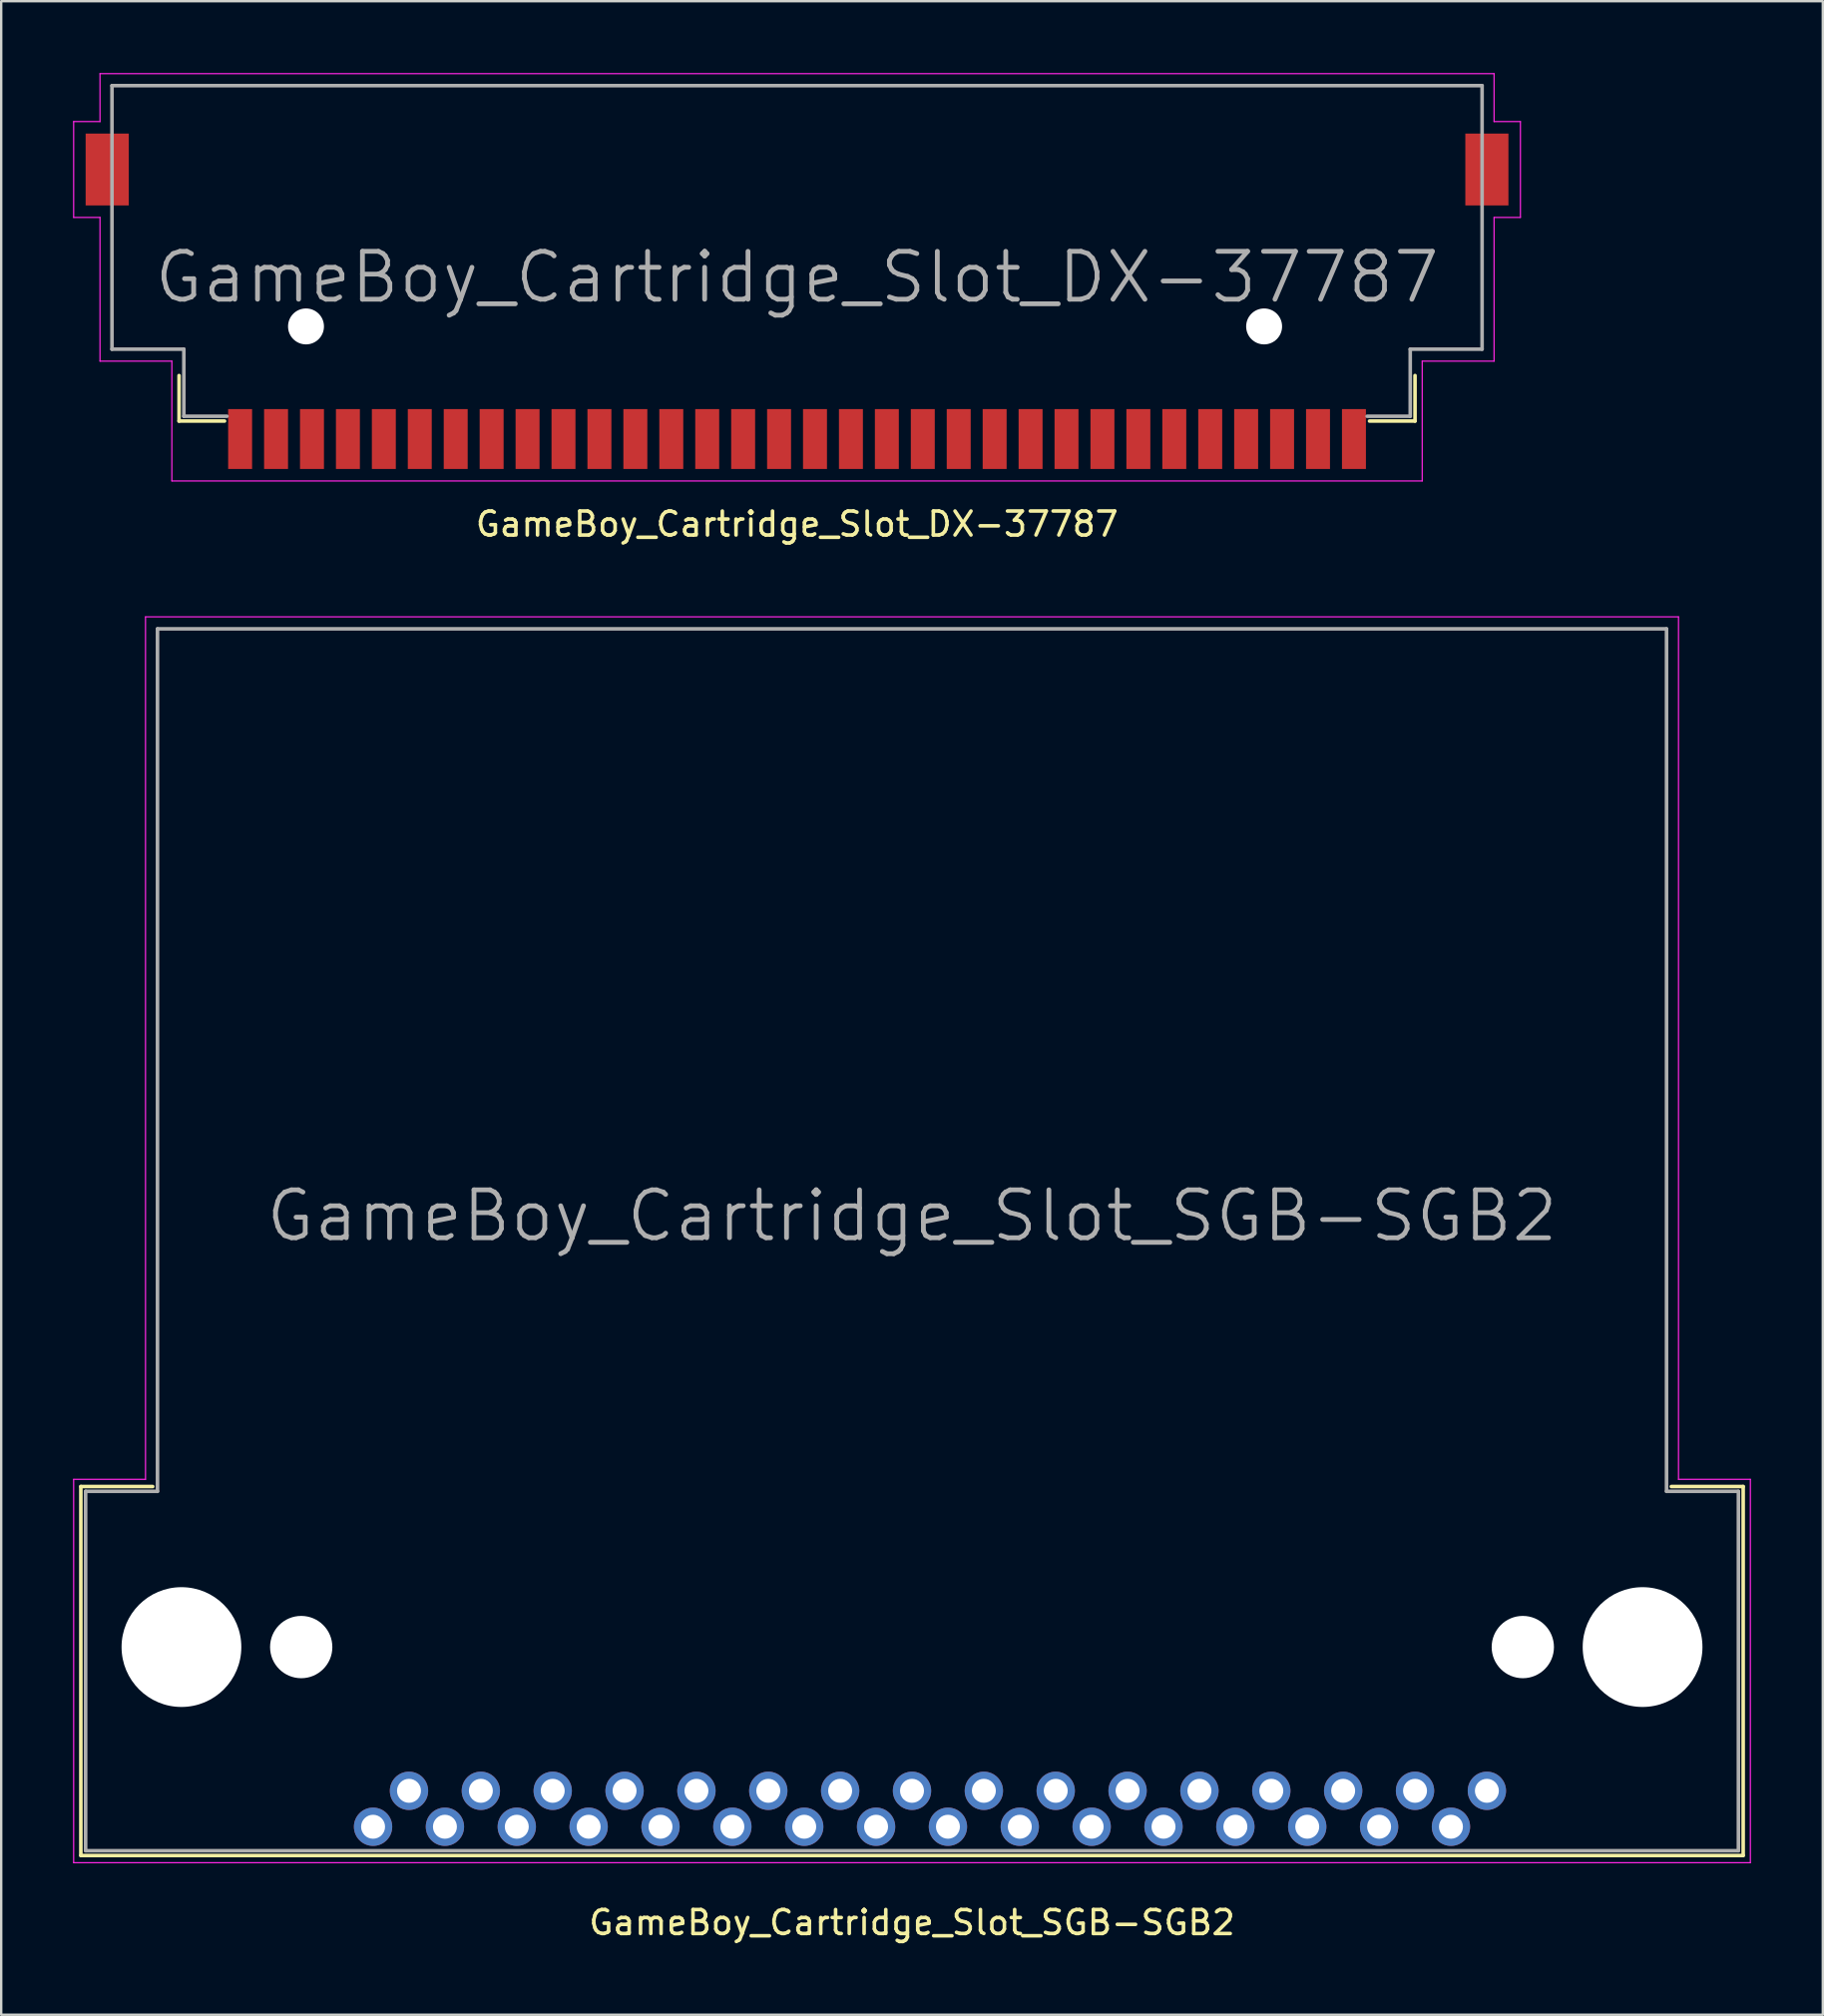
<source format=kicad_pcb>
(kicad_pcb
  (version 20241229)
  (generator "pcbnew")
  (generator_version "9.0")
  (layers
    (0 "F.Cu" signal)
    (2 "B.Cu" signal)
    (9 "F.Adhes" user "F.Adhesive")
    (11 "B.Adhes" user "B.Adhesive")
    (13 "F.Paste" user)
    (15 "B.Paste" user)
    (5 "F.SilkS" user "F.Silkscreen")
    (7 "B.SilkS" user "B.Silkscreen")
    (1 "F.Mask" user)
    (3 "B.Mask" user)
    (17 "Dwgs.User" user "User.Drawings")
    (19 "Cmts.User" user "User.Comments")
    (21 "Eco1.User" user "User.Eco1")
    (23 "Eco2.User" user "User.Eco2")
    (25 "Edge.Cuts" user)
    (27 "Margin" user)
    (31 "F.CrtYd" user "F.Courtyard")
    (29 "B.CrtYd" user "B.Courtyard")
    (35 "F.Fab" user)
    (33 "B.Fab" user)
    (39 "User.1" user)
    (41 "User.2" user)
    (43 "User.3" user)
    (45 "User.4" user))
  (footprint "GameBoy_Cartridge_Slot_SGB-SGB2"
    (layer "F.Cu")
    (at 12.525 73.198)
    (property "Reference" "GameBoy_Cartridge_Slot_SGB-SGB2" (at 22.5 4 0) (layer "F.SilkS") (effects (font (size 1 1) (thickness 0.15))))
    (attr through_hole)
    (fp_line (start -12.2 -14.2) (end -9.2 -14.2) (stroke (width 0.15) (type solid)) (layer "F.SilkS"))
    (fp_line (start -12.2 1.2) (end -12.2 -14.2) (stroke (width 0.15) (type solid)) (layer "F.SilkS"))
    (fp_line (start 54.2 -14.2) (end 57.2 -14.2) (stroke (width 0.15) (type solid)) (layer "F.SilkS"))
    (fp_line (start 57.2 -14.2) (end 57.2 1.2) (stroke (width 0.15) (type solid)) (layer "F.SilkS"))
    (fp_line (start 57.2 1.2) (end -12.2 1.2) (stroke (width 0.15) (type solid)) (layer "F.SilkS"))
    (fp_line (start -12.5 -14.5) (end -9.5 -14.5) (stroke (width 0.05) (type solid)) (layer "F.CrtYd"))
    (fp_line (start -12.5 1.5) (end -12.5 -14.5) (stroke (width 0.05) (type solid)) (layer "F.CrtYd"))
    (fp_line (start -9.5 -50.5) (end 54.5 -50.5) (stroke (width 0.05) (type solid)) (layer "F.CrtYd"))
    (fp_line (start -9.5 -14.5) (end -9.5 -50.5) (stroke (width 0.05) (type solid)) (layer "F.CrtYd"))
    (fp_line (start 54.5 -50.5) (end 54.5 -14.5) (stroke (width 0.05) (type solid)) (layer "F.CrtYd"))
    (fp_line (start 54.5 -14.5) (end 57.5 -14.5) (stroke (width 0.05) (type solid)) (layer "F.CrtYd"))
    (fp_line (start 57.5 -14.5) (end 57.5 1.5) (stroke (width 0.05) (type solid)) (layer "F.CrtYd"))
    (fp_line (start 57.5 1.5) (end -12.5 1.5) (stroke (width 0.05) (type solid)) (layer "F.CrtYd"))
    (fp_line (start -12 -14) (end -9 -14) (stroke (width 0.15) (type solid)) (layer "F.Fab"))
    (fp_line (start -12 1) (end -12 -14) (stroke (width 0.15) (type solid)) (layer "F.Fab"))
    (fp_line (start -12 1) (end 57 1) (stroke (width 0.15) (type solid)) (layer "F.Fab"))
    (fp_line (start -9 -50) (end 54 -50) (stroke (width 0.15) (type solid)) (layer "F.Fab"))
    (fp_line (start -9 -14) (end -9 -50) (stroke (width 0.15) (type solid)) (layer "F.Fab"))
    (fp_line (start 54 -14) (end 54 -50) (stroke (width 0.15) (type solid)) (layer "F.Fab"))
    (fp_line (start 54 -14) (end 57 -14) (stroke (width 0.15) (type solid)) (layer "F.Fab"))
    (fp_line (start 57 1) (end 57 -14) (stroke (width 0.15) (type solid)) (layer "F.Fab"))
    (fp_text user "${REFERENCE}" (at 22.5 -25.5 0) (layer "F.Fab") (effects (font (size 2 2) (thickness 0.2))))
    (pad "" np_thru_hole circle (at -8 -7.5) (size 5 5) (drill 5) (layers "*.Cu" "*.Mask"))
    (pad "" np_thru_hole circle (at -3 -7.5) (size 2.6 2.6) (drill 2.6) (layers "*.Cu" "*.Mask"))
    (pad "" np_thru_hole circle (at 48 -7.5) (size 2.6 2.6) (drill 2.6) (layers "*.Cu" "*.Mask"))
    (pad "" np_thru_hole circle (at 53 -7.5) (size 5 5) (drill 5) (layers "*.Cu" "*.Mask"))
    (pad "1" thru_hole circle (at 0 0) (size 1.6 1.6) (drill 1) (layers "*.Cu" "*.Mask"))
    (pad "2" thru_hole circle (at 1.5 -1.5) (size 1.6 1.6) (drill 1) (layers "*.Cu" "*.Mask"))
    (pad "3" thru_hole circle (at 3 0) (size 1.6 1.6) (drill 1) (layers "*.Cu" "*.Mask"))
    (pad "4" thru_hole circle (at 4.5 -1.5) (size 1.6 1.6) (drill 1) (layers "*.Cu" "*.Mask"))
    (pad "5" thru_hole circle (at 6 0) (size 1.6 1.6) (drill 1) (layers "*.Cu" "*.Mask"))
    (pad "6" thru_hole circle (at 7.5 -1.5) (size 1.6 1.6) (drill 1) (layers "*.Cu" "*.Mask"))
    (pad "7" thru_hole circle (at 9 0) (size 1.6 1.6) (drill 1) (layers "*.Cu" "*.Mask"))
    (pad "8" thru_hole circle (at 10.5 -1.5) (size 1.6 1.6) (drill 1) (layers "*.Cu" "*.Mask"))
    (pad "9" thru_hole circle (at 12 0) (size 1.6 1.6) (drill 1) (layers "*.Cu" "*.Mask"))
    (pad "10" thru_hole circle (at 13.5 -1.5) (size 1.6 1.6) (drill 1) (layers "*.Cu" "*.Mask"))
    (pad "11" thru_hole circle (at 15 0) (size 1.6 1.6) (drill 1) (layers "*.Cu" "*.Mask"))
    (pad "12" thru_hole circle (at 16.5 -1.5) (size 1.6 1.6) (drill 1) (layers "*.Cu" "*.Mask"))
    (pad "13" thru_hole circle (at 18 0) (size 1.6 1.6) (drill 1) (layers "*.Cu" "*.Mask"))
    (pad "14" thru_hole circle (at 19.5 -1.5) (size 1.6 1.6) (drill 1) (layers "*.Cu" "*.Mask"))
    (pad "15" thru_hole circle (at 21 0) (size 1.6 1.6) (drill 1) (layers "*.Cu" "*.Mask"))
    (pad "16" thru_hole circle (at 22.5 -1.5) (size 1.6 1.6) (drill 1) (layers "*.Cu" "*.Mask"))
    (pad "17" thru_hole circle (at 24 0) (size 1.6 1.6) (drill 1) (layers "*.Cu" "*.Mask"))
    (pad "18" thru_hole circle (at 25.5 -1.5) (size 1.6 1.6) (drill 1) (layers "*.Cu" "*.Mask"))
    (pad "19" thru_hole circle (at 27 0) (size 1.6 1.6) (drill 1) (layers "*.Cu" "*.Mask"))
    (pad "20" thru_hole circle (at 28.5 -1.5) (size 1.6 1.6) (drill 1) (layers "*.Cu" "*.Mask"))
    (pad "21" thru_hole circle (at 30 0) (size 1.6 1.6) (drill 1) (layers "*.Cu" "*.Mask"))
    (pad "22" thru_hole circle (at 31.5 -1.5) (size 1.6 1.6) (drill 1) (layers "*.Cu" "*.Mask"))
    (pad "23" thru_hole circle (at 33 0) (size 1.6 1.6) (drill 1) (layers "*.Cu" "*.Mask"))
    (pad "24" thru_hole circle (at 34.5 -1.5) (size 1.6 1.6) (drill 1) (layers "*.Cu" "*.Mask"))
    (pad "25" thru_hole circle (at 36 0) (size 1.6 1.6) (drill 1) (layers "*.Cu" "*.Mask"))
    (pad "26" thru_hole circle (at 37.5 -1.5) (size 1.6 1.6) (drill 1) (layers "*.Cu" "*.Mask"))
    (pad "27" thru_hole circle (at 39 0) (size 1.6 1.6) (drill 1) (layers "*.Cu" "*.Mask"))
    (pad "28" thru_hole circle (at 40.5 -1.5) (size 1.6 1.6) (drill 1) (layers "*.Cu" "*.Mask"))
    (pad "29" thru_hole circle (at 42 0) (size 1.6 1.6) (drill 1) (layers "*.Cu" "*.Mask"))
    (pad "30" thru_hole circle (at 43.5 -1.5) (size 1.6 1.6) (drill 1) (layers "*.Cu" "*.Mask"))
    (pad "31" thru_hole circle (at 45 0) (size 1.6 1.6) (drill 1) (layers "*.Cu" "*.Mask"))
    (pad "32" thru_hole circle (at 46.5 -1.5) (size 1.6 1.6) (drill 1) (layers "*.Cu" "*.Mask")))
  (footprint "GameBoy_Cartridge_Slot_DX-37787"
    (layer "F.Cu")
    (at 30.225 9.525)
    (property "Reference" "GameBoy_Cartridge_Slot_DX-37787" (at 0 9.3 180) (layer "F.SilkS") (effects (font (size 1 1) (thickness 0.15))))
    (attr smd)
    (fp_line (start -25.8 5) (end -25.8 3.1) (stroke (width 0.15) (type solid)) (layer "F.SilkS"))
    (fp_line (start -23.9 5) (end -25.8 5) (stroke (width 0.15) (type solid)) (layer "F.SilkS"))
    (fp_line (start 23.9 5) (end 25.8 5) (stroke (width 0.15) (type solid)) (layer "F.SilkS"))
    (fp_line (start 25.8 5) (end 25.8 3.1) (stroke (width 0.15) (type solid)) (layer "F.SilkS"))
    (fp_line (start -30.2 -7.5) (end -30.2 -3.5) (stroke (width 0.05) (type solid)) (layer "F.CrtYd"))
    (fp_line (start -30.2 -3.5) (end -29.1 -3.5) (stroke (width 0.05) (type solid)) (layer "F.CrtYd"))
    (fp_line (start -29.1 -9.5) (end -29.1 -7.5) (stroke (width 0.05) (type solid)) (layer "F.CrtYd"))
    (fp_line (start -29.1 -9.5) (end 29.1 -9.5) (stroke (width 0.05) (type solid)) (layer "F.CrtYd"))
    (fp_line (start -29.1 -7.5) (end -30.2 -7.5) (stroke (width 0.05) (type solid)) (layer "F.CrtYd"))
    (fp_line (start -29.1 -3.5) (end -29.1 2.5) (stroke (width 0.05) (type solid)) (layer "F.CrtYd"))
    (fp_line (start -29.1 2.5) (end -26.1 2.5) (stroke (width 0.05) (type solid)) (layer "F.CrtYd"))
    (fp_line (start -26.1 2.5) (end -26.1 7.5) (stroke (width 0.05) (type solid)) (layer "F.CrtYd"))
    (fp_line (start -26.1 7.5) (end 26.1 7.5) (stroke (width 0.05) (type solid)) (layer "F.CrtYd"))
    (fp_line (start 26.1 2.5) (end 29.1 2.5) (stroke (width 0.05) (type solid)) (layer "F.CrtYd"))
    (fp_line (start 26.1 7.5) (end 26.1 2.5) (stroke (width 0.05) (type solid)) (layer "F.CrtYd"))
    (fp_line (start 29.1 -7.5) (end 29.1 -9.5) (stroke (width 0.05) (type solid)) (layer "F.CrtYd"))
    (fp_line (start 29.1 -3.5) (end 30.2 -3.5) (stroke (width 0.05) (type solid)) (layer "F.CrtYd"))
    (fp_line (start 29.1 2.5) (end 29.1 -3.5) (stroke (width 0.05) (type solid)) (layer "F.CrtYd"))
    (fp_line (start 30.2 -7.5) (end 29.1 -7.5) (stroke (width 0.05) (type solid)) (layer "F.CrtYd"))
    (fp_line (start 30.2 -3.5) (end 30.2 -7.5) (stroke (width 0.05) (type solid)) (layer "F.CrtYd"))
    (fp_line (start -28.6 -9) (end 28.6 -9) (stroke (width 0.15) (type solid)) (layer "F.Fab"))
    (fp_line (start -28.6 2) (end -28.6 -9) (stroke (width 0.15) (type solid)) (layer "F.Fab"))
    (fp_line (start -25.6 2) (end -28.6 2) (stroke (width 0.15) (type solid)) (layer "F.Fab"))
    (fp_line (start -25.6 4.8) (end -25.6 2) (stroke (width 0.15) (type solid)) (layer "F.Fab"))
    (fp_line (start -23.8 4.8) (end -25.6 4.8) (stroke (width 0.15) (type solid)) (layer "F.Fab"))
    (fp_line (start 23.8 4.8) (end 25.6 4.8) (stroke (width 0.15) (type solid)) (layer "F.Fab"))
    (fp_line (start 25.6 2) (end 28.6 2) (stroke (width 0.15) (type solid)) (layer "F.Fab"))
    (fp_line (start 25.6 4.8) (end 25.6 2) (stroke (width 0.15) (type solid)) (layer "F.Fab"))
    (fp_line (start 28.6 2) (end 28.6 -9) (stroke (width 0.15) (type solid)) (layer "F.Fab"))
    (fp_text user "${REFERENCE}" (at 0 -1 0) (layer "F.Fab") (effects (font (size 2 2) (thickness 0.2))))
    (pad "" np_thru_hole circle (at -20.5 1.05) (size 1.5 1.5) (drill 1.5) (layers "*.Cu" "*.Mask"))
    (pad "" np_thru_hole circle (at 19.5 1.05) (size 1.5 1.5) (drill 1.5) (layers "*.Cu" "*.Mask"))
    (pad "1" smd rect (at -23.25 5.75) (size 1 2.5) (layers "F.Cu" "F.Mask" "F.Paste"))
    (pad "2" smd rect (at -21.75 5.75) (size 1 2.5) (layers "F.Cu" "F.Mask" "F.Paste"))
    (pad "3" smd rect (at -20.25 5.75) (size 1 2.5) (layers "F.Cu" "F.Mask" "F.Paste"))
    (pad "4" smd rect (at -18.75 5.75) (size 1 2.5) (layers "F.Cu" "F.Mask" "F.Paste"))
    (pad "5" smd rect (at -17.25 5.75) (size 1 2.5) (layers "F.Cu" "F.Mask" "F.Paste"))
    (pad "6" smd rect (at -15.75 5.75) (size 1 2.5) (layers "F.Cu" "F.Mask" "F.Paste"))
    (pad "7" smd rect (at -14.25 5.75) (size 1 2.5) (layers "F.Cu" "F.Mask" "F.Paste"))
    (pad "8" smd rect (at -12.75 5.75) (size 1 2.5) (layers "F.Cu" "F.Mask" "F.Paste"))
    (pad "9" smd rect (at -11.25 5.75) (size 1 2.5) (layers "F.Cu" "F.Mask" "F.Paste"))
    (pad "10" smd rect (at -9.75 5.75) (size 1 2.5) (layers "F.Cu" "F.Mask" "F.Paste"))
    (pad "11" smd rect (at -8.25 5.75) (size 1 2.5) (layers "F.Cu" "F.Mask" "F.Paste"))
    (pad "12" smd rect (at -6.75 5.75) (size 1 2.5) (layers "F.Cu" "F.Mask" "F.Paste"))
    (pad "13" smd rect (at -5.25 5.75) (size 1 2.5) (layers "F.Cu" "F.Mask" "F.Paste"))
    (pad "14" smd rect (at -3.75 5.75) (size 1 2.5) (layers "F.Cu" "F.Mask" "F.Paste"))
    (pad "15" smd rect (at -2.25 5.75) (size 1 2.5) (layers "F.Cu" "F.Mask" "F.Paste"))
    (pad "16" smd rect (at -0.75 5.75) (size 1 2.5) (layers "F.Cu" "F.Mask" "F.Paste"))
    (pad "17" smd rect (at 0.75 5.75) (size 1 2.5) (layers "F.Cu" "F.Mask" "F.Paste"))
    (pad "18" smd rect (at 2.25 5.75) (size 1 2.5) (layers "F.Cu" "F.Mask" "F.Paste"))
    (pad "19" smd rect (at 3.75 5.75) (size 1 2.5) (layers "F.Cu" "F.Mask" "F.Paste"))
    (pad "20" smd rect (at 5.25 5.75) (size 1 2.5) (layers "F.Cu" "F.Mask" "F.Paste"))
    (pad "21" smd rect (at 6.75 5.75) (size 1 2.5) (layers "F.Cu" "F.Mask" "F.Paste"))
    (pad "22" smd rect (at 8.25 5.75) (size 1 2.5) (layers "F.Cu" "F.Mask" "F.Paste"))
    (pad "23" smd rect (at 9.75 5.75) (size 1 2.5) (layers "F.Cu" "F.Mask" "F.Paste"))
    (pad "24" smd rect (at 11.25 5.75) (size 1 2.5) (layers "F.Cu" "F.Mask" "F.Paste"))
    (pad "25" smd rect (at 12.75 5.75) (size 1 2.5) (layers "F.Cu" "F.Mask" "F.Paste"))
    (pad "26" smd rect (at 14.25 5.75) (size 1 2.5) (layers "F.Cu" "F.Mask" "F.Paste"))
    (pad "27" smd rect (at 15.75 5.75) (size 1 2.5) (layers "F.Cu" "F.Mask" "F.Paste"))
    (pad "28" smd rect (at 17.25 5.75) (size 1 2.5) (layers "F.Cu" "F.Mask" "F.Paste"))
    (pad "29" smd rect (at 18.75 5.75) (size 1 2.5) (layers "F.Cu" "F.Mask" "F.Paste"))
    (pad "30" smd rect (at 20.25 5.75) (size 1 2.5) (layers "F.Cu" "F.Mask" "F.Paste"))
    (pad "31" smd rect (at 21.75 5.75) (size 1 2.5) (layers "F.Cu" "F.Mask" "F.Paste"))
    (pad "32" smd rect (at -28.8 -5.5) (size 1.8 3) (layers "F.Cu" "F.Mask" "F.Paste"))
    (pad "32" smd rect (at 23.25 5.75) (size 1 2.5) (layers "F.Cu" "F.Mask" "F.Paste"))
    (pad "32" smd rect (at 28.8 -5.5) (size 1.8 3) (layers "F.Cu" "F.Mask" "F.Paste")))
  (gr_rect
    (start -3 -3)
    (end 73.05 81.046)
    (stroke (width 0.1) (type default))
    (fill no)
    (layer "Edge.Cuts")))
</source>
